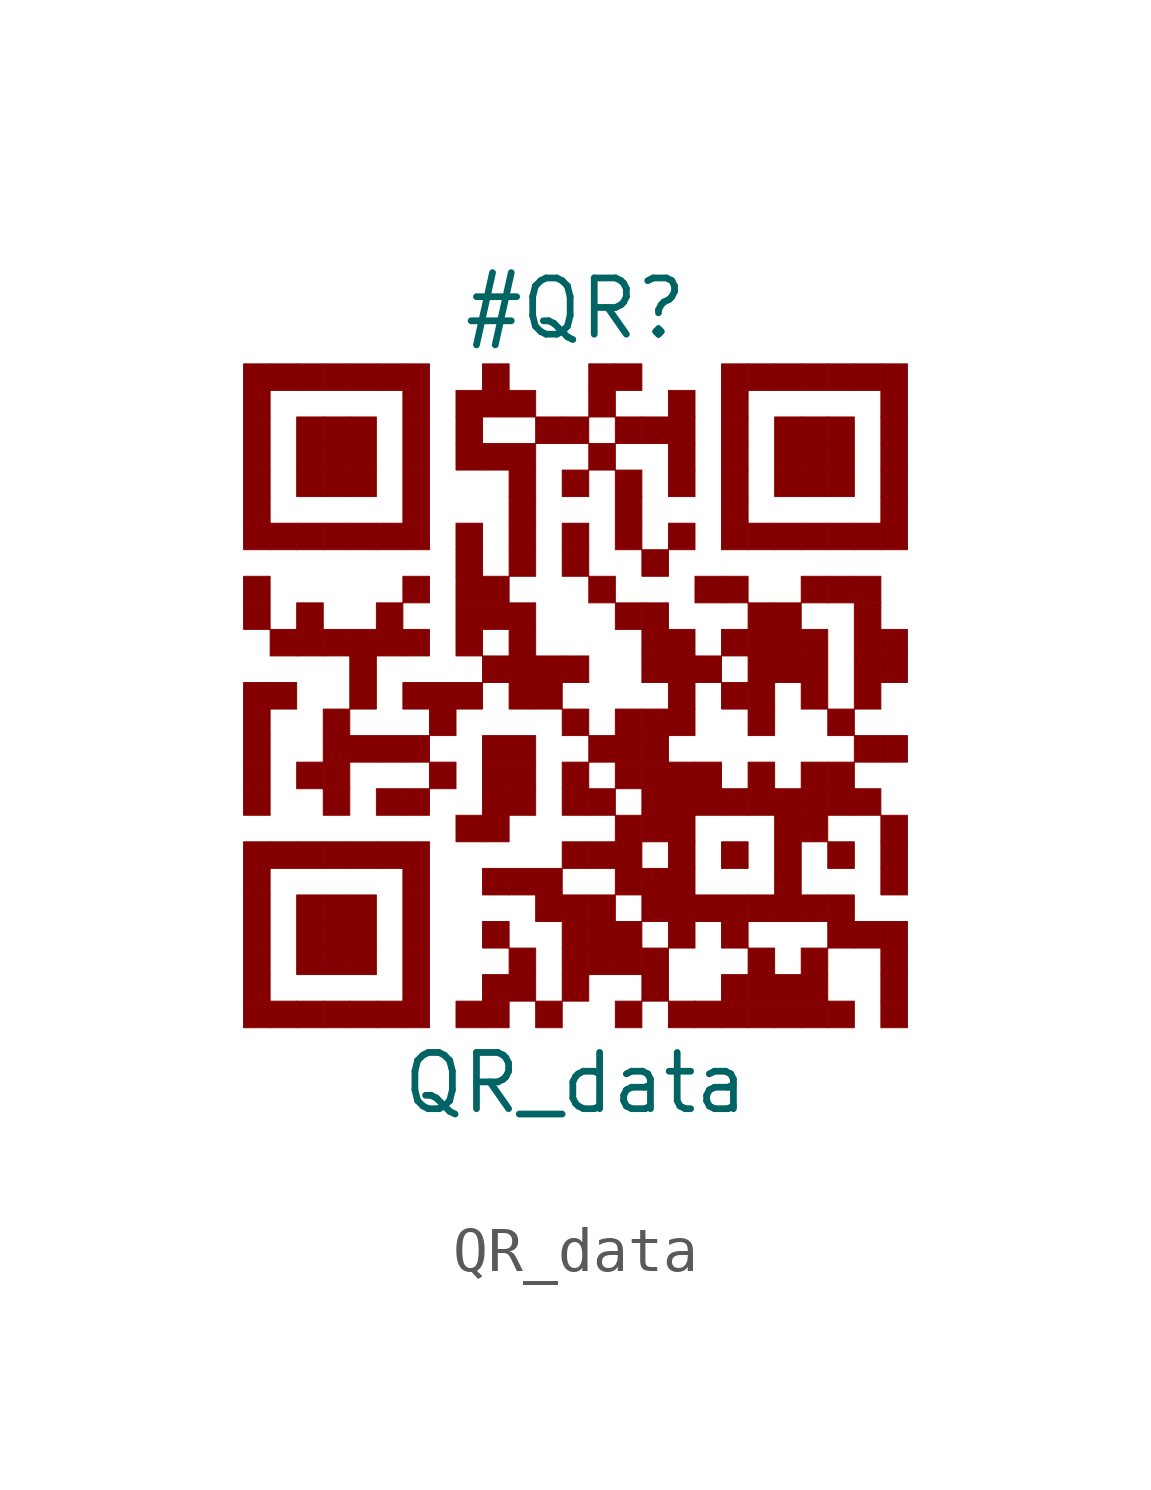
<source format=kicad_sym>
(kicad_symbol_lib
  (version 20211014)
  (generator kibot)
  (symbol "QR_data"
    (pin_numbers hide)
    (pin_names hide)
    (property "Reference" "#QR"
      (at 0 8.75 0)
      (effects (font (size 1.27 1.27))))
    (property "Value" "QR_data"
      (at 0 -8.75 0)
      (effects (font (size 1.27 1.27))))
    (rectangle
      (start -7.5 7.5)
      (end -6.9 6.9)
      (stroke (width 0.001) (type default))
      (fill (type outline)))
    (rectangle
      (start -6.9 7.5)
      (end -6.3 6.9)
      (stroke (width 0.001) (type default))
      (fill (type outline)))
    (rectangle
      (start -6.3 7.5)
      (end -5.7 6.9)
      (stroke (width 0.001) (type default))
      (fill (type outline)))
    (rectangle
      (start -5.7 7.5)
      (end -5.1 6.9)
      (stroke (width 0.001) (type default))
      (fill (type outline)))
    (rectangle
      (start -5.1 7.5)
      (end -4.5 6.9)
      (stroke (width 0.001) (type default))
      (fill (type outline)))
    (rectangle
      (start -4.5 7.5)
      (end -3.9 6.9)
      (stroke (width 0.001) (type default))
      (fill (type outline)))
    (rectangle
      (start -3.9 7.5)
      (end -3.3 6.9)
      (stroke (width 0.001) (type default))
      (fill (type outline)))
    (rectangle
      (start -2.1 7.5)
      (end -1.5 6.9)
      (stroke (width 0.001) (type default))
      (fill (type outline)))
    (rectangle
      (start 0.3 7.5)
      (end 0.9 6.9)
      (stroke (width 0.001) (type default))
      (fill (type outline)))
    (rectangle
      (start 0.9 7.5)
      (end 1.5 6.9)
      (stroke (width 0.001) (type default))
      (fill (type outline)))
    (rectangle
      (start 3.3 7.5)
      (end 3.9 6.9)
      (stroke (width 0.001) (type default))
      (fill (type outline)))
    (rectangle
      (start 3.9 7.5)
      (end 4.5 6.9)
      (stroke (width 0.001) (type default))
      (fill (type outline)))
    (rectangle
      (start 4.5 7.5)
      (end 5.1 6.9)
      (stroke (width 0.001) (type default))
      (fill (type outline)))
    (rectangle
      (start 5.1 7.5)
      (end 5.7 6.9)
      (stroke (width 0.001) (type default))
      (fill (type outline)))
    (rectangle
      (start 5.7 7.5)
      (end 6.3 6.9)
      (stroke (width 0.001) (type default))
      (fill (type outline)))
    (rectangle
      (start 6.3 7.5)
      (end 6.9 6.9)
      (stroke (width 0.001) (type default))
      (fill (type outline)))
    (rectangle
      (start 6.9 7.5)
      (end 7.5 6.9)
      (stroke (width 0.001) (type default))
      (fill (type outline)))
    (rectangle
      (start -7.5 6.9)
      (end -6.9 6.3)
      (stroke (width 0.001) (type default))
      (fill (type outline)))
    (rectangle
      (start -3.9 6.9)
      (end -3.3 6.3)
      (stroke (width 0.001) (type default))
      (fill (type outline)))
    (rectangle
      (start -2.7 6.9)
      (end -2.1 6.3)
      (stroke (width 0.001) (type default))
      (fill (type outline)))
    (rectangle
      (start -2.1 6.9)
      (end -1.5 6.3)
      (stroke (width 0.001) (type default))
      (fill (type outline)))
    (rectangle
      (start -1.5 6.9)
      (end -0.9 6.3)
      (stroke (width 0.001) (type default))
      (fill (type outline)))
    (rectangle
      (start 0.3 6.9)
      (end 0.9 6.3)
      (stroke (width 0.001) (type default))
      (fill (type outline)))
    (rectangle
      (start 2.1 6.9)
      (end 2.7 6.3)
      (stroke (width 0.001) (type default))
      (fill (type outline)))
    (rectangle
      (start 3.3 6.9)
      (end 3.9 6.3)
      (stroke (width 0.001) (type default))
      (fill (type outline)))
    (rectangle
      (start 6.9 6.9)
      (end 7.5 6.3)
      (stroke (width 0.001) (type default))
      (fill (type outline)))
    (rectangle
      (start -7.5 6.3)
      (end -6.9 5.7)
      (stroke (width 0.001) (type default))
      (fill (type outline)))
    (rectangle
      (start -6.3 6.3)
      (end -5.7 5.7)
      (stroke (width 0.001) (type default))
      (fill (type outline)))
    (rectangle
      (start -5.7 6.3)
      (end -5.1 5.7)
      (stroke (width 0.001) (type default))
      (fill (type outline)))
    (rectangle
      (start -5.1 6.3)
      (end -4.5 5.7)
      (stroke (width 0.001) (type default))
      (fill (type outline)))
    (rectangle
      (start -3.9 6.3)
      (end -3.3 5.7)
      (stroke (width 0.001) (type default))
      (fill (type outline)))
    (rectangle
      (start -2.7 6.3)
      (end -2.1 5.7)
      (stroke (width 0.001) (type default))
      (fill (type outline)))
    (rectangle
      (start -0.9 6.3)
      (end -0.3 5.7)
      (stroke (width 0.001) (type default))
      (fill (type outline)))
    (rectangle
      (start -0.3 6.3)
      (end 0.3 5.7)
      (stroke (width 0.001) (type default))
      (fill (type outline)))
    (rectangle
      (start 0.9 6.3)
      (end 1.5 5.7)
      (stroke (width 0.001) (type default))
      (fill (type outline)))
    (rectangle
      (start 1.5 6.3)
      (end 2.1 5.7)
      (stroke (width 0.001) (type default))
      (fill (type outline)))
    (rectangle
      (start 2.1 6.3)
      (end 2.7 5.7)
      (stroke (width 0.001) (type default))
      (fill (type outline)))
    (rectangle
      (start 3.3 6.3)
      (end 3.9 5.7)
      (stroke (width 0.001) (type default))
      (fill (type outline)))
    (rectangle
      (start 4.5 6.3)
      (end 5.1 5.7)
      (stroke (width 0.001) (type default))
      (fill (type outline)))
    (rectangle
      (start 5.1 6.3)
      (end 5.7 5.7)
      (stroke (width 0.001) (type default))
      (fill (type outline)))
    (rectangle
      (start 5.7 6.3)
      (end 6.3 5.7)
      (stroke (width 0.001) (type default))
      (fill (type outline)))
    (rectangle
      (start 6.9 6.3)
      (end 7.5 5.7)
      (stroke (width 0.001) (type default))
      (fill (type outline)))
    (rectangle
      (start -7.5 5.7)
      (end -6.9 5.1)
      (stroke (width 0.001) (type default))
      (fill (type outline)))
    (rectangle
      (start -6.3 5.7)
      (end -5.7 5.1)
      (stroke (width 0.001) (type default))
      (fill (type outline)))
    (rectangle
      (start -5.7 5.7)
      (end -5.1 5.1)
      (stroke (width 0.001) (type default))
      (fill (type outline)))
    (rectangle
      (start -5.1 5.7)
      (end -4.5 5.1)
      (stroke (width 0.001) (type default))
      (fill (type outline)))
    (rectangle
      (start -3.9 5.7)
      (end -3.3 5.1)
      (stroke (width 0.001) (type default))
      (fill (type outline)))
    (rectangle
      (start -2.7 5.7)
      (end -2.1 5.1)
      (stroke (width 0.001) (type default))
      (fill (type outline)))
    (rectangle
      (start -2.1 5.7)
      (end -1.5 5.1)
      (stroke (width 0.001) (type default))
      (fill (type outline)))
    (rectangle
      (start -1.5 5.7)
      (end -0.9 5.1)
      (stroke (width 0.001) (type default))
      (fill (type outline)))
    (rectangle
      (start 0.3 5.7)
      (end 0.9 5.1)
      (stroke (width 0.001) (type default))
      (fill (type outline)))
    (rectangle
      (start 2.1 5.7)
      (end 2.7 5.1)
      (stroke (width 0.001) (type default))
      (fill (type outline)))
    (rectangle
      (start 3.3 5.7)
      (end 3.9 5.1)
      (stroke (width 0.001) (type default))
      (fill (type outline)))
    (rectangle
      (start 4.5 5.7)
      (end 5.1 5.1)
      (stroke (width 0.001) (type default))
      (fill (type outline)))
    (rectangle
      (start 5.1 5.7)
      (end 5.7 5.1)
      (stroke (width 0.001) (type default))
      (fill (type outline)))
    (rectangle
      (start 5.7 5.7)
      (end 6.3 5.1)
      (stroke (width 0.001) (type default))
      (fill (type outline)))
    (rectangle
      (start 6.9 5.7)
      (end 7.5 5.1)
      (stroke (width 0.001) (type default))
      (fill (type outline)))
    (rectangle
      (start -7.5 5.1)
      (end -6.9 4.5)
      (stroke (width 0.001) (type default))
      (fill (type outline)))
    (rectangle
      (start -6.3 5.1)
      (end -5.7 4.5)
      (stroke (width 0.001) (type default))
      (fill (type outline)))
    (rectangle
      (start -5.7 5.1)
      (end -5.1 4.5)
      (stroke (width 0.001) (type default))
      (fill (type outline)))
    (rectangle
      (start -5.1 5.1)
      (end -4.5 4.5)
      (stroke (width 0.001) (type default))
      (fill (type outline)))
    (rectangle
      (start -3.9 5.1)
      (end -3.3 4.5)
      (stroke (width 0.001) (type default))
      (fill (type outline)))
    (rectangle
      (start -1.5 5.1)
      (end -0.9 4.5)
      (stroke (width 0.001) (type default))
      (fill (type outline)))
    (rectangle
      (start -0.3 5.1)
      (end 0.3 4.5)
      (stroke (width 0.001) (type default))
      (fill (type outline)))
    (rectangle
      (start 0.9 5.1)
      (end 1.5 4.5)
      (stroke (width 0.001) (type default))
      (fill (type outline)))
    (rectangle
      (start 2.1 5.1)
      (end 2.7 4.5)
      (stroke (width 0.001) (type default))
      (fill (type outline)))
    (rectangle
      (start 3.3 5.1)
      (end 3.9 4.5)
      (stroke (width 0.001) (type default))
      (fill (type outline)))
    (rectangle
      (start 4.5 5.1)
      (end 5.1 4.5)
      (stroke (width 0.001) (type default))
      (fill (type outline)))
    (rectangle
      (start 5.1 5.1)
      (end 5.7 4.5)
      (stroke (width 0.001) (type default))
      (fill (type outline)))
    (rectangle
      (start 5.7 5.1)
      (end 6.3 4.5)
      (stroke (width 0.001) (type default))
      (fill (type outline)))
    (rectangle
      (start 6.9 5.1)
      (end 7.5 4.5)
      (stroke (width 0.001) (type default))
      (fill (type outline)))
    (rectangle
      (start -7.5 4.5)
      (end -6.9 3.9)
      (stroke (width 0.001) (type default))
      (fill (type outline)))
    (rectangle
      (start -3.9 4.5)
      (end -3.3 3.9)
      (stroke (width 0.001) (type default))
      (fill (type outline)))
    (rectangle
      (start -1.5 4.5)
      (end -0.9 3.9)
      (stroke (width 0.001) (type default))
      (fill (type outline)))
    (rectangle
      (start 0.9 4.5)
      (end 1.5 3.9)
      (stroke (width 0.001) (type default))
      (fill (type outline)))
    (rectangle
      (start 3.3 4.5)
      (end 3.9 3.9)
      (stroke (width 0.001) (type default))
      (fill (type outline)))
    (rectangle
      (start 6.9 4.5)
      (end 7.5 3.9)
      (stroke (width 0.001) (type default))
      (fill (type outline)))
    (rectangle
      (start -7.5 3.9)
      (end -6.9 3.3)
      (stroke (width 0.001) (type default))
      (fill (type outline)))
    (rectangle
      (start -6.9 3.9)
      (end -6.3 3.3)
      (stroke (width 0.001) (type default))
      (fill (type outline)))
    (rectangle
      (start -6.3 3.9)
      (end -5.7 3.3)
      (stroke (width 0.001) (type default))
      (fill (type outline)))
    (rectangle
      (start -5.7 3.9)
      (end -5.1 3.3)
      (stroke (width 0.001) (type default))
      (fill (type outline)))
    (rectangle
      (start -5.1 3.9)
      (end -4.5 3.3)
      (stroke (width 0.001) (type default))
      (fill (type outline)))
    (rectangle
      (start -4.5 3.9)
      (end -3.9 3.3)
      (stroke (width 0.001) (type default))
      (fill (type outline)))
    (rectangle
      (start -3.9 3.9)
      (end -3.3 3.3)
      (stroke (width 0.001) (type default))
      (fill (type outline)))
    (rectangle
      (start -2.7 3.9)
      (end -2.1 3.3)
      (stroke (width 0.001) (type default))
      (fill (type outline)))
    (rectangle
      (start -1.5 3.9)
      (end -0.9 3.3)
      (stroke (width 0.001) (type default))
      (fill (type outline)))
    (rectangle
      (start -0.3 3.9)
      (end 0.3 3.3)
      (stroke (width 0.001) (type default))
      (fill (type outline)))
    (rectangle
      (start 0.9 3.9)
      (end 1.5 3.3)
      (stroke (width 0.001) (type default))
      (fill (type outline)))
    (rectangle
      (start 2.1 3.9)
      (end 2.7 3.3)
      (stroke (width 0.001) (type default))
      (fill (type outline)))
    (rectangle
      (start 3.3 3.9)
      (end 3.9 3.3)
      (stroke (width 0.001) (type default))
      (fill (type outline)))
    (rectangle
      (start 3.9 3.9)
      (end 4.5 3.3)
      (stroke (width 0.001) (type default))
      (fill (type outline)))
    (rectangle
      (start 4.5 3.9)
      (end 5.1 3.3)
      (stroke (width 0.001) (type default))
      (fill (type outline)))
    (rectangle
      (start 5.1 3.9)
      (end 5.7 3.3)
      (stroke (width 0.001) (type default))
      (fill (type outline)))
    (rectangle
      (start 5.7 3.9)
      (end 6.3 3.3)
      (stroke (width 0.001) (type default))
      (fill (type outline)))
    (rectangle
      (start 6.3 3.9)
      (end 6.9 3.3)
      (stroke (width 0.001) (type default))
      (fill (type outline)))
    (rectangle
      (start 6.9 3.9)
      (end 7.5 3.3)
      (stroke (width 0.001) (type default))
      (fill (type outline)))
    (rectangle
      (start -2.7 3.3)
      (end -2.1 2.7)
      (stroke (width 0.001) (type default))
      (fill (type outline)))
    (rectangle
      (start -1.5 3.3)
      (end -0.9 2.7)
      (stroke (width 0.001) (type default))
      (fill (type outline)))
    (rectangle
      (start -0.3 3.3)
      (end 0.3 2.7)
      (stroke (width 0.001) (type default))
      (fill (type outline)))
    (rectangle
      (start 1.5 3.3)
      (end 2.1 2.7)
      (stroke (width 0.001) (type default))
      (fill (type outline)))
    (rectangle
      (start -7.5 2.7)
      (end -6.9 2.1)
      (stroke (width 0.001) (type default))
      (fill (type outline)))
    (rectangle
      (start -3.9 2.7)
      (end -3.3 2.1)
      (stroke (width 0.001) (type default))
      (fill (type outline)))
    (rectangle
      (start -2.7 2.7)
      (end -2.1 2.1)
      (stroke (width 0.001) (type default))
      (fill (type outline)))
    (rectangle
      (start -2.1 2.7)
      (end -1.5 2.1)
      (stroke (width 0.001) (type default))
      (fill (type outline)))
    (rectangle
      (start 0.3 2.7)
      (end 0.9 2.1)
      (stroke (width 0.001) (type default))
      (fill (type outline)))
    (rectangle
      (start 2.7 2.7)
      (end 3.3 2.1)
      (stroke (width 0.001) (type default))
      (fill (type outline)))
    (rectangle
      (start 3.3 2.7)
      (end 3.9 2.1)
      (stroke (width 0.001) (type default))
      (fill (type outline)))
    (rectangle
      (start 5.1 2.7)
      (end 5.7 2.1)
      (stroke (width 0.001) (type default))
      (fill (type outline)))
    (rectangle
      (start 5.7 2.7)
      (end 6.3 2.1)
      (stroke (width 0.001) (type default))
      (fill (type outline)))
    (rectangle
      (start 6.3 2.7)
      (end 6.9 2.1)
      (stroke (width 0.001) (type default))
      (fill (type outline)))
    (rectangle
      (start -7.5 2.1)
      (end -6.9 1.5)
      (stroke (width 0.001) (type default))
      (fill (type outline)))
    (rectangle
      (start -6.3 2.1)
      (end -5.7 1.5)
      (stroke (width 0.001) (type default))
      (fill (type outline)))
    (rectangle
      (start -4.5 2.1)
      (end -3.9 1.5)
      (stroke (width 0.001) (type default))
      (fill (type outline)))
    (rectangle
      (start -2.7 2.1)
      (end -2.1 1.5)
      (stroke (width 0.001) (type default))
      (fill (type outline)))
    (rectangle
      (start -2.1 2.1)
      (end -1.5 1.5)
      (stroke (width 0.001) (type default))
      (fill (type outline)))
    (rectangle
      (start -1.5 2.1)
      (end -0.9 1.5)
      (stroke (width 0.001) (type default))
      (fill (type outline)))
    (rectangle
      (start 0.9 2.1)
      (end 1.5 1.5)
      (stroke (width 0.001) (type default))
      (fill (type outline)))
    (rectangle
      (start 1.5 2.1)
      (end 2.1 1.5)
      (stroke (width 0.001) (type default))
      (fill (type outline)))
    (rectangle
      (start 3.9 2.1)
      (end 4.5 1.5)
      (stroke (width 0.001) (type default))
      (fill (type outline)))
    (rectangle
      (start 4.5 2.1)
      (end 5.1 1.5)
      (stroke (width 0.001) (type default))
      (fill (type outline)))
    (rectangle
      (start 6.3 2.1)
      (end 6.9 1.5)
      (stroke (width 0.001) (type default))
      (fill (type outline)))
    (rectangle
      (start -6.9 1.5)
      (end -6.3 0.9)
      (stroke (width 0.001) (type default))
      (fill (type outline)))
    (rectangle
      (start -6.3 1.5)
      (end -5.7 0.9)
      (stroke (width 0.001) (type default))
      (fill (type outline)))
    (rectangle
      (start -5.7 1.5)
      (end -5.1 0.9)
      (stroke (width 0.001) (type default))
      (fill (type outline)))
    (rectangle
      (start -5.1 1.5)
      (end -4.5 0.9)
      (stroke (width 0.001) (type default))
      (fill (type outline)))
    (rectangle
      (start -4.5 1.5)
      (end -3.9 0.9)
      (stroke (width 0.001) (type default))
      (fill (type outline)))
    (rectangle
      (start -3.9 1.5)
      (end -3.3 0.9)
      (stroke (width 0.001) (type default))
      (fill (type outline)))
    (rectangle
      (start -2.7 1.5)
      (end -2.1 0.9)
      (stroke (width 0.001) (type default))
      (fill (type outline)))
    (rectangle
      (start -1.5 1.5)
      (end -0.9 0.9)
      (stroke (width 0.001) (type default))
      (fill (type outline)))
    (rectangle
      (start 1.5 1.5)
      (end 2.1 0.9)
      (stroke (width 0.001) (type default))
      (fill (type outline)))
    (rectangle
      (start 2.1 1.5)
      (end 2.7 0.9)
      (stroke (width 0.001) (type default))
      (fill (type outline)))
    (rectangle
      (start 3.3 1.5)
      (end 3.9 0.9)
      (stroke (width 0.001) (type default))
      (fill (type outline)))
    (rectangle
      (start 3.9 1.5)
      (end 4.5 0.9)
      (stroke (width 0.001) (type default))
      (fill (type outline)))
    (rectangle
      (start 4.5 1.5)
      (end 5.1 0.9)
      (stroke (width 0.001) (type default))
      (fill (type outline)))
    (rectangle
      (start 5.1 1.5)
      (end 5.7 0.9)
      (stroke (width 0.001) (type default))
      (fill (type outline)))
    (rectangle
      (start 6.3 1.5)
      (end 6.9 0.9)
      (stroke (width 0.001) (type default))
      (fill (type outline)))
    (rectangle
      (start 6.9 1.5)
      (end 7.5 0.9)
      (stroke (width 0.001) (type default))
      (fill (type outline)))
    (rectangle
      (start -5.1 0.9)
      (end -4.5 0.3)
      (stroke (width 0.001) (type default))
      (fill (type outline)))
    (rectangle
      (start -2.1 0.9)
      (end -1.5 0.3)
      (stroke (width 0.001) (type default))
      (fill (type outline)))
    (rectangle
      (start -1.5 0.9)
      (end -0.9 0.3)
      (stroke (width 0.001) (type default))
      (fill (type outline)))
    (rectangle
      (start -0.9 0.9)
      (end -0.3 0.3)
      (stroke (width 0.001) (type default))
      (fill (type outline)))
    (rectangle
      (start -0.3 0.9)
      (end 0.3 0.3)
      (stroke (width 0.001) (type default))
      (fill (type outline)))
    (rectangle
      (start 1.5 0.9)
      (end 2.1 0.3)
      (stroke (width 0.001) (type default))
      (fill (type outline)))
    (rectangle
      (start 2.1 0.9)
      (end 2.7 0.3)
      (stroke (width 0.001) (type default))
      (fill (type outline)))
    (rectangle
      (start 2.7 0.9)
      (end 3.3 0.3)
      (stroke (width 0.001) (type default))
      (fill (type outline)))
    (rectangle
      (start 3.9 0.9)
      (end 4.5 0.3)
      (stroke (width 0.001) (type default))
      (fill (type outline)))
    (rectangle
      (start 4.5 0.9)
      (end 5.1 0.3)
      (stroke (width 0.001) (type default))
      (fill (type outline)))
    (rectangle
      (start 5.1 0.9)
      (end 5.7 0.3)
      (stroke (width 0.001) (type default))
      (fill (type outline)))
    (rectangle
      (start 6.3 0.9)
      (end 6.9 0.3)
      (stroke (width 0.001) (type default))
      (fill (type outline)))
    (rectangle
      (start 6.9 0.9)
      (end 7.5 0.3)
      (stroke (width 0.001) (type default))
      (fill (type outline)))
    (rectangle
      (start -7.5 0.3)
      (end -6.9 -0.3)
      (stroke (width 0.001) (type default))
      (fill (type outline)))
    (rectangle
      (start -6.9 0.3)
      (end -6.3 -0.3)
      (stroke (width 0.001) (type default))
      (fill (type outline)))
    (rectangle
      (start -5.1 0.3)
      (end -4.5 -0.3)
      (stroke (width 0.001) (type default))
      (fill (type outline)))
    (rectangle
      (start -3.9 0.3)
      (end -3.3 -0.3)
      (stroke (width 0.001) (type default))
      (fill (type outline)))
    (rectangle
      (start -3.3 0.3)
      (end -2.7 -0.3)
      (stroke (width 0.001) (type default))
      (fill (type outline)))
    (rectangle
      (start -2.7 0.3)
      (end -2.1 -0.3)
      (stroke (width 0.001) (type default))
      (fill (type outline)))
    (rectangle
      (start -1.5 0.3)
      (end -0.9 -0.3)
      (stroke (width 0.001) (type default))
      (fill (type outline)))
    (rectangle
      (start -0.9 0.3)
      (end -0.3 -0.3)
      (stroke (width 0.001) (type default))
      (fill (type outline)))
    (rectangle
      (start 2.1 0.3)
      (end 2.7 -0.3)
      (stroke (width 0.001) (type default))
      (fill (type outline)))
    (rectangle
      (start 3.3 0.3)
      (end 3.9 -0.3)
      (stroke (width 0.001) (type default))
      (fill (type outline)))
    (rectangle
      (start 3.9 0.3)
      (end 4.5 -0.3)
      (stroke (width 0.001) (type default))
      (fill (type outline)))
    (rectangle
      (start 5.1 0.3)
      (end 5.7 -0.3)
      (stroke (width 0.001) (type default))
      (fill (type outline)))
    (rectangle
      (start 6.3 0.3)
      (end 6.9 -0.3)
      (stroke (width 0.001) (type default))
      (fill (type outline)))
    (rectangle
      (start -7.5 -0.3)
      (end -6.9 -0.9)
      (stroke (width 0.001) (type default))
      (fill (type outline)))
    (rectangle
      (start -5.7 -0.3)
      (end -5.1 -0.9)
      (stroke (width 0.001) (type default))
      (fill (type outline)))
    (rectangle
      (start -3.3 -0.3)
      (end -2.7 -0.9)
      (stroke (width 0.001) (type default))
      (fill (type outline)))
    (rectangle
      (start -0.3 -0.3)
      (end 0.3 -0.9)
      (stroke (width 0.001) (type default))
      (fill (type outline)))
    (rectangle
      (start 0.9 -0.3)
      (end 1.5 -0.9)
      (stroke (width 0.001) (type default))
      (fill (type outline)))
    (rectangle
      (start 1.5 -0.3)
      (end 2.1 -0.9)
      (stroke (width 0.001) (type default))
      (fill (type outline)))
    (rectangle
      (start 2.1 -0.3)
      (end 2.7 -0.9)
      (stroke (width 0.001) (type default))
      (fill (type outline)))
    (rectangle
      (start 3.9 -0.3)
      (end 4.5 -0.9)
      (stroke (width 0.001) (type default))
      (fill (type outline)))
    (rectangle
      (start 5.7 -0.3)
      (end 6.3 -0.9)
      (stroke (width 0.001) (type default))
      (fill (type outline)))
    (rectangle
      (start -7.5 -0.9)
      (end -6.9 -1.5)
      (stroke (width 0.001) (type default))
      (fill (type outline)))
    (rectangle
      (start -5.7 -0.9)
      (end -5.1 -1.5)
      (stroke (width 0.001) (type default))
      (fill (type outline)))
    (rectangle
      (start -5.1 -0.9)
      (end -4.5 -1.5)
      (stroke (width 0.001) (type default))
      (fill (type outline)))
    (rectangle
      (start -4.5 -0.9)
      (end -3.9 -1.5)
      (stroke (width 0.001) (type default))
      (fill (type outline)))
    (rectangle
      (start -3.9 -0.9)
      (end -3.3 -1.5)
      (stroke (width 0.001) (type default))
      (fill (type outline)))
    (rectangle
      (start -2.1 -0.9)
      (end -1.5 -1.5)
      (stroke (width 0.001) (type default))
      (fill (type outline)))
    (rectangle
      (start -1.5 -0.9)
      (end -0.9 -1.5)
      (stroke (width 0.001) (type default))
      (fill (type outline)))
    (rectangle
      (start 0.3 -0.9)
      (end 0.9 -1.5)
      (stroke (width 0.001) (type default))
      (fill (type outline)))
    (rectangle
      (start 0.9 -0.9)
      (end 1.5 -1.5)
      (stroke (width 0.001) (type default))
      (fill (type outline)))
    (rectangle
      (start 1.5 -0.9)
      (end 2.1 -1.5)
      (stroke (width 0.001) (type default))
      (fill (type outline)))
    (rectangle
      (start 6.3 -0.9)
      (end 6.9 -1.5)
      (stroke (width 0.001) (type default))
      (fill (type outline)))
    (rectangle
      (start 6.9 -0.9)
      (end 7.5 -1.5)
      (stroke (width 0.001) (type default))
      (fill (type outline)))
    (rectangle
      (start -7.5 -1.5)
      (end -6.9 -2.1)
      (stroke (width 0.001) (type default))
      (fill (type outline)))
    (rectangle
      (start -6.3 -1.5)
      (end -5.7 -2.1)
      (stroke (width 0.001) (type default))
      (fill (type outline)))
    (rectangle
      (start -5.7 -1.5)
      (end -5.1 -2.1)
      (stroke (width 0.001) (type default))
      (fill (type outline)))
    (rectangle
      (start -3.3 -1.5)
      (end -2.7 -2.1)
      (stroke (width 0.001) (type default))
      (fill (type outline)))
    (rectangle
      (start -2.1 -1.5)
      (end -1.5 -2.1)
      (stroke (width 0.001) (type default))
      (fill (type outline)))
    (rectangle
      (start -1.5 -1.5)
      (end -0.9 -2.1)
      (stroke (width 0.001) (type default))
      (fill (type outline)))
    (rectangle
      (start -0.3 -1.5)
      (end 0.3 -2.1)
      (stroke (width 0.001) (type default))
      (fill (type outline)))
    (rectangle
      (start 0.9 -1.5)
      (end 1.5 -2.1)
      (stroke (width 0.001) (type default))
      (fill (type outline)))
    (rectangle
      (start 1.5 -1.5)
      (end 2.1 -2.1)
      (stroke (width 0.001) (type default))
      (fill (type outline)))
    (rectangle
      (start 2.1 -1.5)
      (end 2.7 -2.1)
      (stroke (width 0.001) (type default))
      (fill (type outline)))
    (rectangle
      (start 2.7 -1.5)
      (end 3.3 -2.1)
      (stroke (width 0.001) (type default))
      (fill (type outline)))
    (rectangle
      (start 3.9 -1.5)
      (end 4.5 -2.1)
      (stroke (width 0.001) (type default))
      (fill (type outline)))
    (rectangle
      (start 5.1 -1.5)
      (end 5.7 -2.1)
      (stroke (width 0.001) (type default))
      (fill (type outline)))
    (rectangle
      (start 5.7 -1.5)
      (end 6.3 -2.1)
      (stroke (width 0.001) (type default))
      (fill (type outline)))
    (rectangle
      (start -7.5 -2.1)
      (end -6.9 -2.7)
      (stroke (width 0.001) (type default))
      (fill (type outline)))
    (rectangle
      (start -5.7 -2.1)
      (end -5.1 -2.7)
      (stroke (width 0.001) (type default))
      (fill (type outline)))
    (rectangle
      (start -4.5 -2.1)
      (end -3.9 -2.7)
      (stroke (width 0.001) (type default))
      (fill (type outline)))
    (rectangle
      (start -3.9 -2.1)
      (end -3.3 -2.7)
      (stroke (width 0.001) (type default))
      (fill (type outline)))
    (rectangle
      (start -2.1 -2.1)
      (end -1.5 -2.7)
      (stroke (width 0.001) (type default))
      (fill (type outline)))
    (rectangle
      (start -1.5 -2.1)
      (end -0.9 -2.7)
      (stroke (width 0.001) (type default))
      (fill (type outline)))
    (rectangle
      (start -0.3 -2.1)
      (end 0.3 -2.7)
      (stroke (width 0.001) (type default))
      (fill (type outline)))
    (rectangle
      (start 0.3 -2.1)
      (end 0.9 -2.7)
      (stroke (width 0.001) (type default))
      (fill (type outline)))
    (rectangle
      (start 1.5 -2.1)
      (end 2.1 -2.7)
      (stroke (width 0.001) (type default))
      (fill (type outline)))
    (rectangle
      (start 2.1 -2.1)
      (end 2.7 -2.7)
      (stroke (width 0.001) (type default))
      (fill (type outline)))
    (rectangle
      (start 2.7 -2.1)
      (end 3.3 -2.7)
      (stroke (width 0.001) (type default))
      (fill (type outline)))
    (rectangle
      (start 3.3 -2.1)
      (end 3.9 -2.7)
      (stroke (width 0.001) (type default))
      (fill (type outline)))
    (rectangle
      (start 3.9 -2.1)
      (end 4.5 -2.7)
      (stroke (width 0.001) (type default))
      (fill (type outline)))
    (rectangle
      (start 4.5 -2.1)
      (end 5.1 -2.7)
      (stroke (width 0.001) (type default))
      (fill (type outline)))
    (rectangle
      (start 5.1 -2.1)
      (end 5.7 -2.7)
      (stroke (width 0.001) (type default))
      (fill (type outline)))
    (rectangle
      (start 5.7 -2.1)
      (end 6.3 -2.7)
      (stroke (width 0.001) (type default))
      (fill (type outline)))
    (rectangle
      (start 6.3 -2.1)
      (end 6.9 -2.7)
      (stroke (width 0.001) (type default))
      (fill (type outline)))
    (rectangle
      (start -2.7 -2.7)
      (end -2.1 -3.3)
      (stroke (width 0.001) (type default))
      (fill (type outline)))
    (rectangle
      (start -2.1 -2.7)
      (end -1.5 -3.3)
      (stroke (width 0.001) (type default))
      (fill (type outline)))
    (rectangle
      (start 0.9 -2.7)
      (end 1.5 -3.3)
      (stroke (width 0.001) (type default))
      (fill (type outline)))
    (rectangle
      (start 1.5 -2.7)
      (end 2.1 -3.3)
      (stroke (width 0.001) (type default))
      (fill (type outline)))
    (rectangle
      (start 2.1 -2.7)
      (end 2.7 -3.3)
      (stroke (width 0.001) (type default))
      (fill (type outline)))
    (rectangle
      (start 4.5 -2.7)
      (end 5.1 -3.3)
      (stroke (width 0.001) (type default))
      (fill (type outline)))
    (rectangle
      (start 5.1 -2.7)
      (end 5.7 -3.3)
      (stroke (width 0.001) (type default))
      (fill (type outline)))
    (rectangle
      (start 6.9 -2.7)
      (end 7.5 -3.3)
      (stroke (width 0.001) (type default))
      (fill (type outline)))
    (rectangle
      (start -7.5 -3.3)
      (end -6.9 -3.9)
      (stroke (width 0.001) (type default))
      (fill (type outline)))
    (rectangle
      (start -6.9 -3.3)
      (end -6.3 -3.9)
      (stroke (width 0.001) (type default))
      (fill (type outline)))
    (rectangle
      (start -6.3 -3.3)
      (end -5.7 -3.9)
      (stroke (width 0.001) (type default))
      (fill (type outline)))
    (rectangle
      (start -5.7 -3.3)
      (end -5.1 -3.9)
      (stroke (width 0.001) (type default))
      (fill (type outline)))
    (rectangle
      (start -5.1 -3.3)
      (end -4.5 -3.9)
      (stroke (width 0.001) (type default))
      (fill (type outline)))
    (rectangle
      (start -4.5 -3.3)
      (end -3.9 -3.9)
      (stroke (width 0.001) (type default))
      (fill (type outline)))
    (rectangle
      (start -3.9 -3.3)
      (end -3.3 -3.9)
      (stroke (width 0.001) (type default))
      (fill (type outline)))
    (rectangle
      (start -0.3 -3.3)
      (end 0.3 -3.9)
      (stroke (width 0.001) (type default))
      (fill (type outline)))
    (rectangle
      (start 0.3 -3.3)
      (end 0.9 -3.9)
      (stroke (width 0.001) (type default))
      (fill (type outline)))
    (rectangle
      (start 0.9 -3.3)
      (end 1.5 -3.9)
      (stroke (width 0.001) (type default))
      (fill (type outline)))
    (rectangle
      (start 2.1 -3.3)
      (end 2.7 -3.9)
      (stroke (width 0.001) (type default))
      (fill (type outline)))
    (rectangle
      (start 3.3 -3.3)
      (end 3.9 -3.9)
      (stroke (width 0.001) (type default))
      (fill (type outline)))
    (rectangle
      (start 4.5 -3.3)
      (end 5.1 -3.9)
      (stroke (width 0.001) (type default))
      (fill (type outline)))
    (rectangle
      (start 5.7 -3.3)
      (end 6.3 -3.9)
      (stroke (width 0.001) (type default))
      (fill (type outline)))
    (rectangle
      (start 6.9 -3.3)
      (end 7.5 -3.9)
      (stroke (width 0.001) (type default))
      (fill (type outline)))
    (rectangle
      (start -7.5 -3.9)
      (end -6.9 -4.5)
      (stroke (width 0.001) (type default))
      (fill (type outline)))
    (rectangle
      (start -3.9 -3.9)
      (end -3.3 -4.5)
      (stroke (width 0.001) (type default))
      (fill (type outline)))
    (rectangle
      (start -2.1 -3.9)
      (end -1.5 -4.5)
      (stroke (width 0.001) (type default))
      (fill (type outline)))
    (rectangle
      (start -1.5 -3.9)
      (end -0.9 -4.5)
      (stroke (width 0.001) (type default))
      (fill (type outline)))
    (rectangle
      (start -0.9 -3.9)
      (end -0.3 -4.5)
      (stroke (width 0.001) (type default))
      (fill (type outline)))
    (rectangle
      (start 0.9 -3.9)
      (end 1.5 -4.5)
      (stroke (width 0.001) (type default))
      (fill (type outline)))
    (rectangle
      (start 1.5 -3.9)
      (end 2.1 -4.5)
      (stroke (width 0.001) (type default))
      (fill (type outline)))
    (rectangle
      (start 2.1 -3.9)
      (end 2.7 -4.5)
      (stroke (width 0.001) (type default))
      (fill (type outline)))
    (rectangle
      (start 4.5 -3.9)
      (end 5.1 -4.5)
      (stroke (width 0.001) (type default))
      (fill (type outline)))
    (rectangle
      (start 6.9 -3.9)
      (end 7.5 -4.5)
      (stroke (width 0.001) (type default))
      (fill (type outline)))
    (rectangle
      (start -7.5 -4.5)
      (end -6.9 -5.1)
      (stroke (width 0.001) (type default))
      (fill (type outline)))
    (rectangle
      (start -6.3 -4.5)
      (end -5.7 -5.1)
      (stroke (width 0.001) (type default))
      (fill (type outline)))
    (rectangle
      (start -5.7 -4.5)
      (end -5.1 -5.1)
      (stroke (width 0.001) (type default))
      (fill (type outline)))
    (rectangle
      (start -5.1 -4.5)
      (end -4.5 -5.1)
      (stroke (width 0.001) (type default))
      (fill (type outline)))
    (rectangle
      (start -3.9 -4.5)
      (end -3.3 -5.1)
      (stroke (width 0.001) (type default))
      (fill (type outline)))
    (rectangle
      (start -0.9 -4.5)
      (end -0.3 -5.1)
      (stroke (width 0.001) (type default))
      (fill (type outline)))
    (rectangle
      (start -0.3 -4.5)
      (end 0.3 -5.1)
      (stroke (width 0.001) (type default))
      (fill (type outline)))
    (rectangle
      (start 0.3 -4.5)
      (end 0.9 -5.1)
      (stroke (width 0.001) (type default))
      (fill (type outline)))
    (rectangle
      (start 1.5 -4.5)
      (end 2.1 -5.1)
      (stroke (width 0.001) (type default))
      (fill (type outline)))
    (rectangle
      (start 2.1 -4.5)
      (end 2.7 -5.1)
      (stroke (width 0.001) (type default))
      (fill (type outline)))
    (rectangle
      (start 2.7 -4.5)
      (end 3.3 -5.1)
      (stroke (width 0.001) (type default))
      (fill (type outline)))
    (rectangle
      (start 3.3 -4.5)
      (end 3.9 -5.1)
      (stroke (width 0.001) (type default))
      (fill (type outline)))
    (rectangle
      (start 3.9 -4.5)
      (end 4.5 -5.1)
      (stroke (width 0.001) (type default))
      (fill (type outline)))
    (rectangle
      (start 4.5 -4.5)
      (end 5.1 -5.1)
      (stroke (width 0.001) (type default))
      (fill (type outline)))
    (rectangle
      (start 5.1 -4.5)
      (end 5.7 -5.1)
      (stroke (width 0.001) (type default))
      (fill (type outline)))
    (rectangle
      (start 5.7 -4.5)
      (end 6.3 -5.1)
      (stroke (width 0.001) (type default))
      (fill (type outline)))
    (rectangle
      (start -7.5 -5.1)
      (end -6.9 -5.7)
      (stroke (width 0.001) (type default))
      (fill (type outline)))
    (rectangle
      (start -6.3 -5.1)
      (end -5.7 -5.7)
      (stroke (width 0.001) (type default))
      (fill (type outline)))
    (rectangle
      (start -5.7 -5.1)
      (end -5.1 -5.7)
      (stroke (width 0.001) (type default))
      (fill (type outline)))
    (rectangle
      (start -5.1 -5.1)
      (end -4.5 -5.7)
      (stroke (width 0.001) (type default))
      (fill (type outline)))
    (rectangle
      (start -3.9 -5.1)
      (end -3.3 -5.7)
      (stroke (width 0.001) (type default))
      (fill (type outline)))
    (rectangle
      (start -2.1 -5.1)
      (end -1.5 -5.7)
      (stroke (width 0.001) (type default))
      (fill (type outline)))
    (rectangle
      (start -0.3 -5.1)
      (end 0.3 -5.7)
      (stroke (width 0.001) (type default))
      (fill (type outline)))
    (rectangle
      (start 0.3 -5.1)
      (end 0.9 -5.7)
      (stroke (width 0.001) (type default))
      (fill (type outline)))
    (rectangle
      (start 0.9 -5.1)
      (end 1.5 -5.7)
      (stroke (width 0.001) (type default))
      (fill (type outline)))
    (rectangle
      (start 2.1 -5.1)
      (end 2.7 -5.7)
      (stroke (width 0.001) (type default))
      (fill (type outline)))
    (rectangle
      (start 3.3 -5.1)
      (end 3.9 -5.7)
      (stroke (width 0.001) (type default))
      (fill (type outline)))
    (rectangle
      (start 5.7 -5.1)
      (end 6.3 -5.7)
      (stroke (width 0.001) (type default))
      (fill (type outline)))
    (rectangle
      (start 6.3 -5.1)
      (end 6.9 -5.7)
      (stroke (width 0.001) (type default))
      (fill (type outline)))
    (rectangle
      (start 6.9 -5.1)
      (end 7.5 -5.7)
      (stroke (width 0.001) (type default))
      (fill (type outline)))
    (rectangle
      (start -7.5 -5.7)
      (end -6.9 -6.3)
      (stroke (width 0.001) (type default))
      (fill (type outline)))
    (rectangle
      (start -6.3 -5.7)
      (end -5.7 -6.3)
      (stroke (width 0.001) (type default))
      (fill (type outline)))
    (rectangle
      (start -5.7 -5.7)
      (end -5.1 -6.3)
      (stroke (width 0.001) (type default))
      (fill (type outline)))
    (rectangle
      (start -5.1 -5.7)
      (end -4.5 -6.3)
      (stroke (width 0.001) (type default))
      (fill (type outline)))
    (rectangle
      (start -3.9 -5.7)
      (end -3.3 -6.3)
      (stroke (width 0.001) (type default))
      (fill (type outline)))
    (rectangle
      (start -1.5 -5.7)
      (end -0.9 -6.3)
      (stroke (width 0.001) (type default))
      (fill (type outline)))
    (rectangle
      (start -0.3 -5.7)
      (end 0.3 -6.3)
      (stroke (width 0.001) (type default))
      (fill (type outline)))
    (rectangle
      (start 0.3 -5.7)
      (end 0.9 -6.3)
      (stroke (width 0.001) (type default))
      (fill (type outline)))
    (rectangle
      (start 0.9 -5.7)
      (end 1.5 -6.3)
      (stroke (width 0.001) (type default))
      (fill (type outline)))
    (rectangle
      (start 1.5 -5.7)
      (end 2.1 -6.3)
      (stroke (width 0.001) (type default))
      (fill (type outline)))
    (rectangle
      (start 3.9 -5.7)
      (end 4.5 -6.3)
      (stroke (width 0.001) (type default))
      (fill (type outline)))
    (rectangle
      (start 5.1 -5.7)
      (end 5.7 -6.3)
      (stroke (width 0.001) (type default))
      (fill (type outline)))
    (rectangle
      (start 6.9 -5.7)
      (end 7.5 -6.3)
      (stroke (width 0.001) (type default))
      (fill (type outline)))
    (rectangle
      (start -7.5 -6.3)
      (end -6.9 -6.9)
      (stroke (width 0.001) (type default))
      (fill (type outline)))
    (rectangle
      (start -3.9 -6.3)
      (end -3.3 -6.9)
      (stroke (width 0.001) (type default))
      (fill (type outline)))
    (rectangle
      (start -2.1 -6.3)
      (end -1.5 -6.9)
      (stroke (width 0.001) (type default))
      (fill (type outline)))
    (rectangle
      (start -1.5 -6.3)
      (end -0.9 -6.9)
      (stroke (width 0.001) (type default))
      (fill (type outline)))
    (rectangle
      (start -0.3 -6.3)
      (end 0.3 -6.9)
      (stroke (width 0.001) (type default))
      (fill (type outline)))
    (rectangle
      (start 1.5 -6.3)
      (end 2.1 -6.9)
      (stroke (width 0.001) (type default))
      (fill (type outline)))
    (rectangle
      (start 3.3 -6.3)
      (end 3.9 -6.9)
      (stroke (width 0.001) (type default))
      (fill (type outline)))
    (rectangle
      (start 3.9 -6.3)
      (end 4.5 -6.9)
      (stroke (width 0.001) (type default))
      (fill (type outline)))
    (rectangle
      (start 4.5 -6.3)
      (end 5.1 -6.9)
      (stroke (width 0.001) (type default))
      (fill (type outline)))
    (rectangle
      (start 5.1 -6.3)
      (end 5.7 -6.9)
      (stroke (width 0.001) (type default))
      (fill (type outline)))
    (rectangle
      (start 6.9 -6.3)
      (end 7.5 -6.9)
      (stroke (width 0.001) (type default))
      (fill (type outline)))
    (rectangle
      (start -7.5 -6.9)
      (end -6.9 -7.5)
      (stroke (width 0.001) (type default))
      (fill (type outline)))
    (rectangle
      (start -6.9 -6.9)
      (end -6.3 -7.5)
      (stroke (width 0.001) (type default))
      (fill (type outline)))
    (rectangle
      (start -6.3 -6.9)
      (end -5.7 -7.5)
      (stroke (width 0.001) (type default))
      (fill (type outline)))
    (rectangle
      (start -5.7 -6.9)
      (end -5.1 -7.5)
      (stroke (width 0.001) (type default))
      (fill (type outline)))
    (rectangle
      (start -5.1 -6.9)
      (end -4.5 -7.5)
      (stroke (width 0.001) (type default))
      (fill (type outline)))
    (rectangle
      (start -4.5 -6.9)
      (end -3.9 -7.5)
      (stroke (width 0.001) (type default))
      (fill (type outline)))
    (rectangle
      (start -3.9 -6.9)
      (end -3.3 -7.5)
      (stroke (width 0.001) (type default))
      (fill (type outline)))
    (rectangle
      (start -2.7 -6.9)
      (end -2.1 -7.5)
      (stroke (width 0.001) (type default))
      (fill (type outline)))
    (rectangle
      (start -2.1 -6.9)
      (end -1.5 -7.5)
      (stroke (width 0.001) (type default))
      (fill (type outline)))
    (rectangle
      (start -0.9 -6.9)
      (end -0.3 -7.5)
      (stroke (width 0.001) (type default))
      (fill (type outline)))
    (rectangle
      (start 0.9 -6.9)
      (end 1.5 -7.5)
      (stroke (width 0.001) (type default))
      (fill (type outline)))
    (rectangle
      (start 2.1 -6.9)
      (end 2.7 -7.5)
      (stroke (width 0.001) (type default))
      (fill (type outline)))
    (rectangle
      (start 2.7 -6.9)
      (end 3.3 -7.5)
      (stroke (width 0.001) (type default))
      (fill (type outline)))
    (rectangle
      (start 3.3 -6.9)
      (end 3.9 -7.5)
      (stroke (width 0.001) (type default))
      (fill (type outline)))
    (rectangle
      (start 3.9 -6.9)
      (end 4.5 -7.5)
      (stroke (width 0.001) (type default))
      (fill (type outline)))
    (rectangle
      (start 4.5 -6.9)
      (end 5.1 -7.5)
      (stroke (width 0.001) (type default))
      (fill (type outline)))
    (rectangle
      (start 5.1 -6.9)
      (end 5.7 -7.5)
      (stroke (width 0.001) (type default))
      (fill (type outline)))
    (rectangle
      (start 5.7 -6.9)
      (end 6.3 -7.5)
      (stroke (width 0.001) (type default))
      (fill (type outline)))
    (rectangle
      (start 6.9 -6.9)
      (end 7.5 -7.5)
      (stroke (width 0.001) (type default))
      (fill (type outline)))))
</source>
